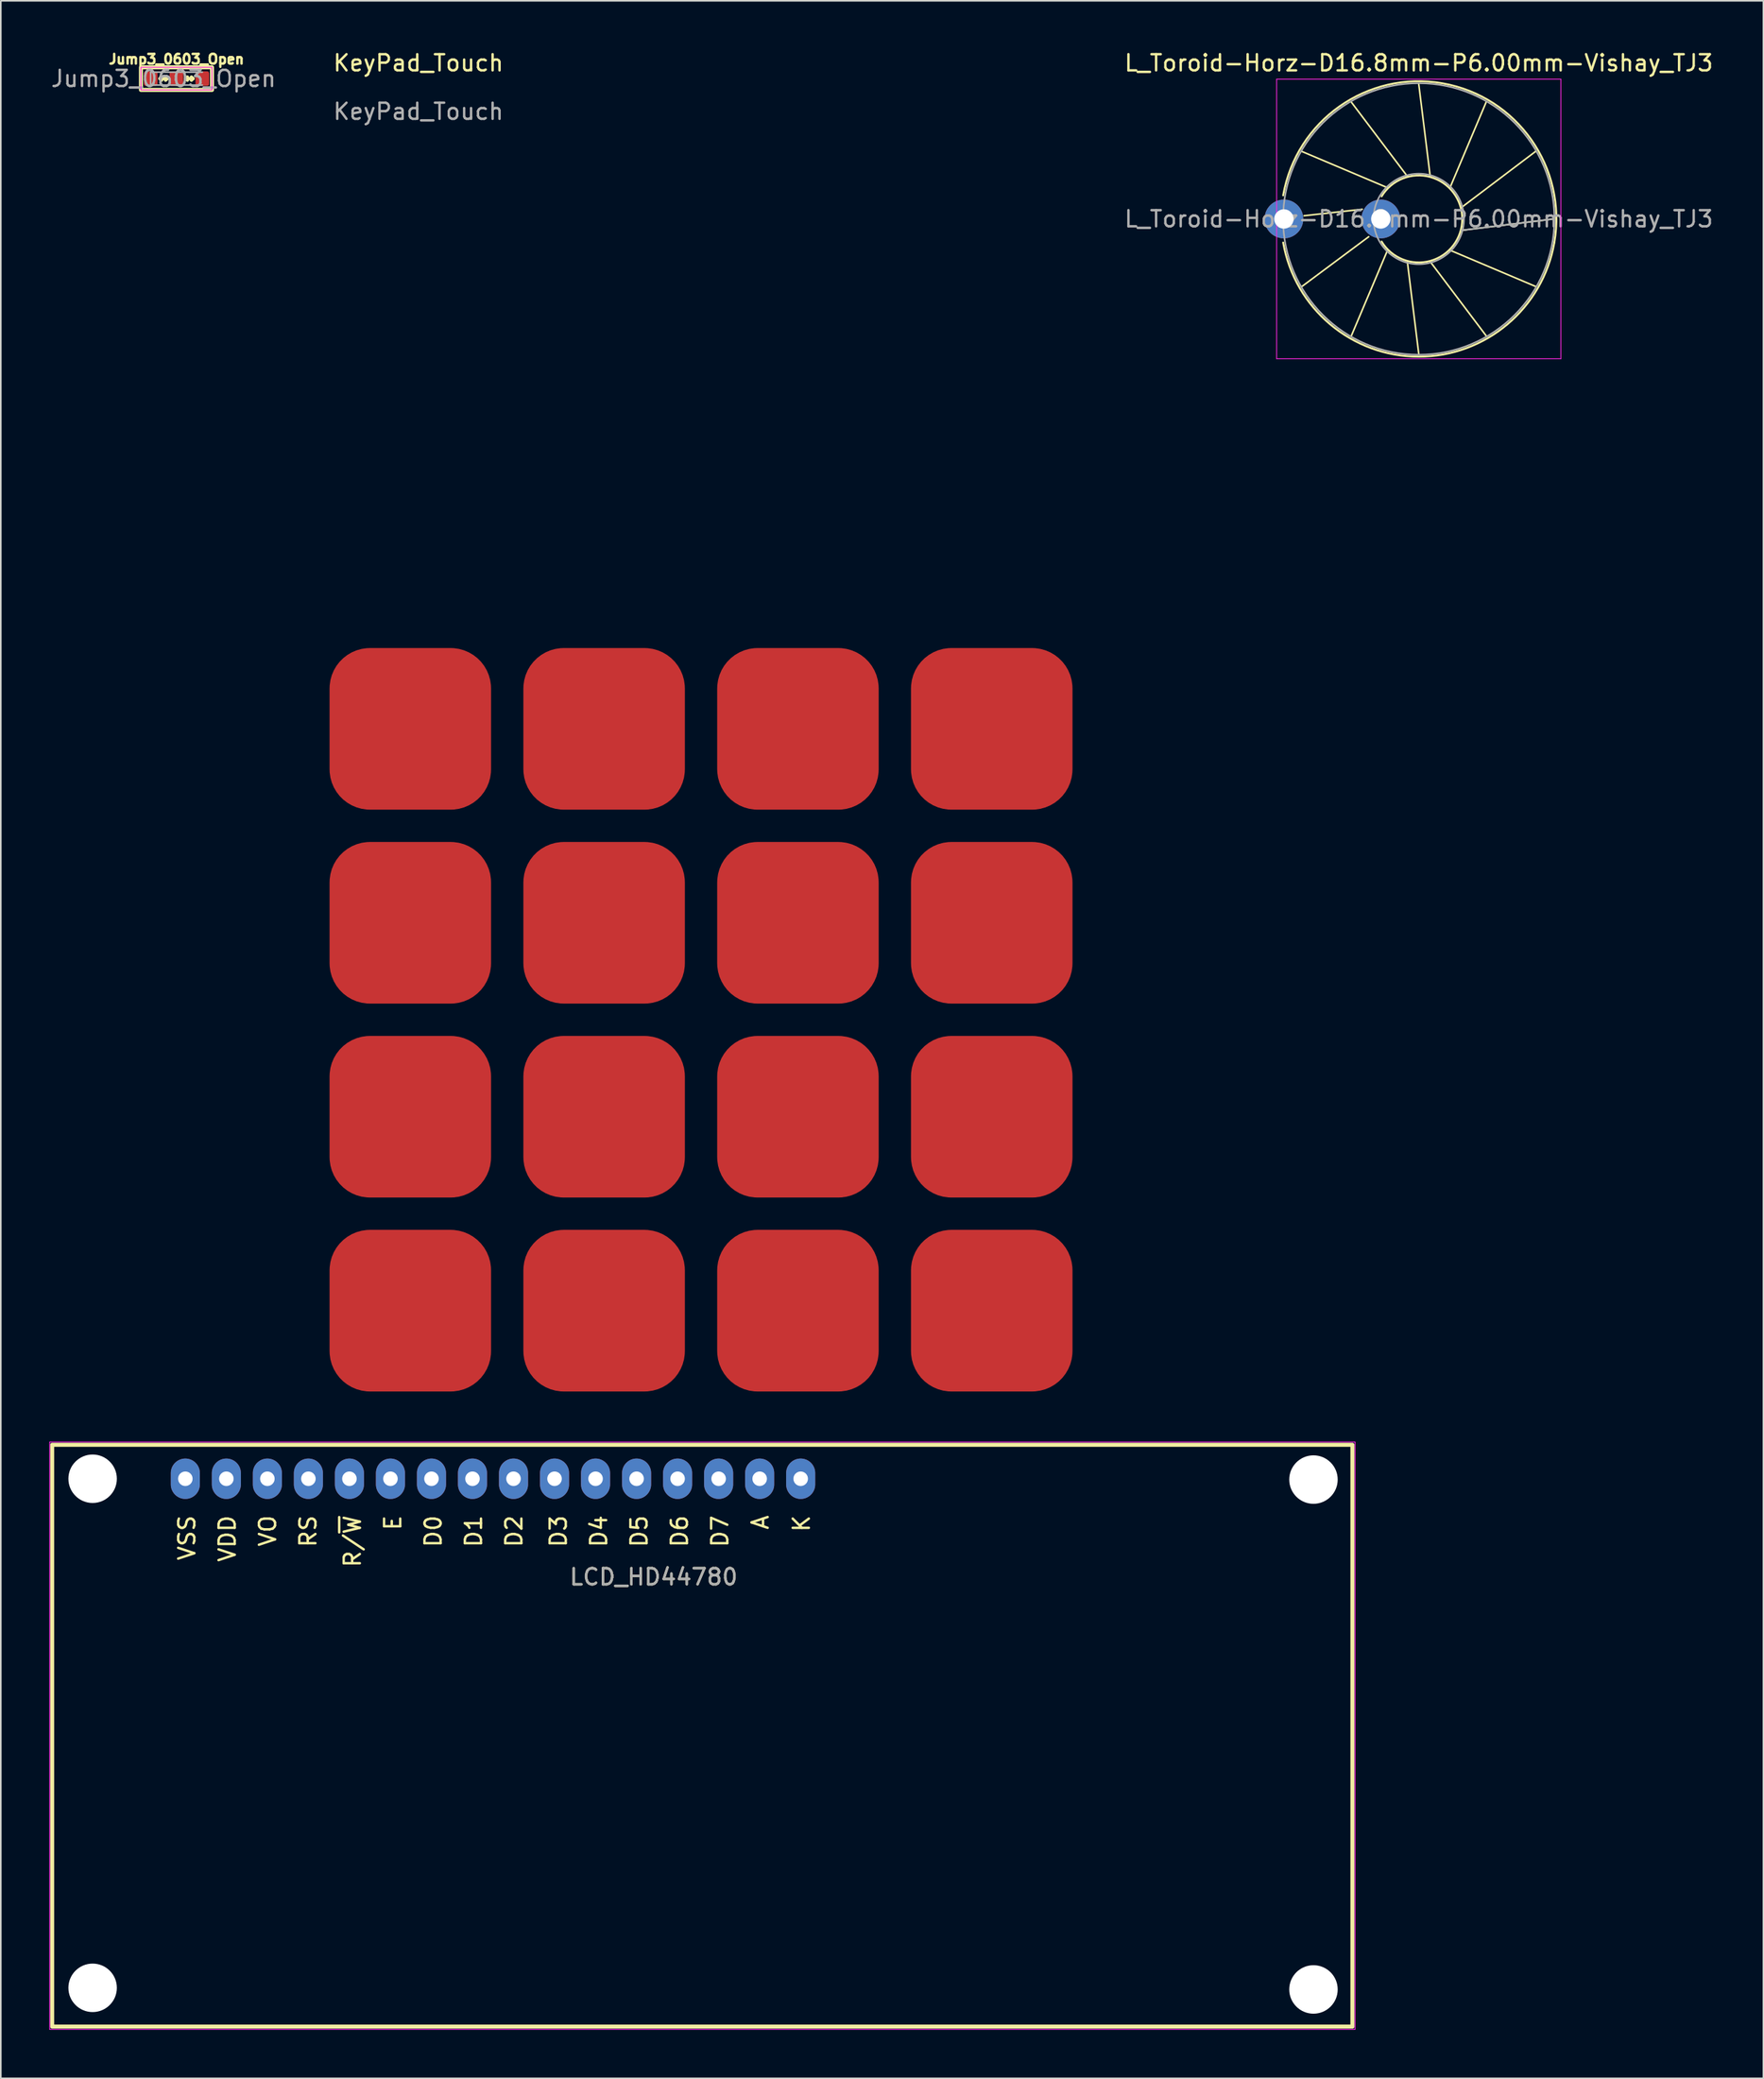
<source format=kicad_pcb>
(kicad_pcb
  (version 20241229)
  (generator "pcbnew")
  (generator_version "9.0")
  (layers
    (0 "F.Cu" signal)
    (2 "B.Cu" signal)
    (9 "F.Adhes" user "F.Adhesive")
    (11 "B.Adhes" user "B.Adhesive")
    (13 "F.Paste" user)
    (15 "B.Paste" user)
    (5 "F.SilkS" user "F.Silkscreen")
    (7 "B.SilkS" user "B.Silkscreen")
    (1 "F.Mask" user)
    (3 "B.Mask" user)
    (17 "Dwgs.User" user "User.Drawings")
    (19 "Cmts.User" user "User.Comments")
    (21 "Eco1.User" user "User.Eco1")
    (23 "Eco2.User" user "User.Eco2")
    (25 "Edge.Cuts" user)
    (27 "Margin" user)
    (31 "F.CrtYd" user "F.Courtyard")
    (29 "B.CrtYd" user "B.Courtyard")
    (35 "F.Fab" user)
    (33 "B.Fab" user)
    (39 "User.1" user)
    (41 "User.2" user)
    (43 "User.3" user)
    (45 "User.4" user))
  (footprint "LCD_HD44780"
    (layer "F.Cu")
    (at 8.425 88.448)
    (property "Reference" "LCD_HD44780" (at 29 6.076 0) (unlocked yes) (layer "F.SilkS") (effects (font (size 1 1) (thickness 0.15))))
    (attr through_hole)
    (fp_rect (start -8.246 -2.1) (end 72.262 33.9) (stroke (width 0.25) (type solid)) (fill no) (layer "F.SilkS"))
    (fp_rect (start -8.4 -2.275) (end 72.425 34.075) (stroke (width 0.05) (type solid)) (fill no) (layer "F.CrtYd"))
    (fp_text user "VSS" (at 0.1 3.655 90) (unlocked yes) (layer "F.SilkS") (effects (font (size 1 1) (thickness 0.15))))
    (fp_text user "E" (at 12.85 2.726 90) (unlocked yes) (layer "F.SilkS") (effects (font (size 1 1) (thickness 0.15))))
    (fp_text user "VO" (at 5.1 3.226 90) (unlocked yes) (layer "F.SilkS") (effects (font (size 1 1) (thickness 0.15))))
    (fp_text user "R/~{W}" (at 10.35 3.869 90) (unlocked yes) (layer "F.SilkS") (effects (font (size 1 1) (thickness 0.15))))
    (fp_text user "D6" (at 30.6 3.25 90) (unlocked yes) (layer "F.SilkS") (effects (font (size 1 1) (thickness 0.15))))
    (fp_text user "RS" (at 7.6 3.25 90) (unlocked yes) (layer "F.SilkS") (effects (font (size 1 1) (thickness 0.15))))
    (fp_text user "A" (at 35.6 2.702 90) (unlocked yes) (layer "F.SilkS") (effects (font (size 1 1) (thickness 0.15))))
    (fp_text user "D1" (at 17.85 3.25 90) (unlocked yes) (layer "F.SilkS") (effects (font (size 1 1) (thickness 0.15))))
    (fp_text user "VDD" (at 2.6 3.702 90) (unlocked yes) (layer "F.SilkS") (effects (font (size 1 1) (thickness 0.15))))
    (fp_text user "D2" (at 20.35 3.25 90) (unlocked yes) (layer "F.SilkS") (effects (font (size 1 1) (thickness 0.15))))
    (fp_text user "K" (at 38.15 2.774 90) (unlocked yes) (layer "F.SilkS") (effects (font (size 1 1) (thickness 0.15))))
    (fp_text user "D5" (at 28.1 3.25 90) (unlocked yes) (layer "F.SilkS") (effects (font (size 1 1) (thickness 0.15))))
    (fp_text user "D4" (at 25.6 3.25 90) (unlocked yes) (layer "F.SilkS") (effects (font (size 1 1) (thickness 0.15))))
    (fp_text user "D0" (at 15.35 3.25 90) (unlocked yes) (layer "F.SilkS") (effects (font (size 1 1) (thickness 0.15))))
    (fp_text user "D3" (at 23.1 3.25 90) (unlocked yes) (layer "F.SilkS") (effects (font (size 1 1) (thickness 0.15))))
    (fp_text user "D7" (at 33.1 3.25 90) (unlocked yes) (layer "F.SilkS") (effects (font (size 1 1) (thickness 0.15))))
    (fp_text user "${REFERENCE}" (at 29 6.076 0) (unlocked yes) (layer "F.Fab") (effects (font (size 1 1) (thickness 0.15))))
    (pad "" np_thru_hole circle (at -5.74 0) (size 3 3) (drill 3) (layers "*.Cu" "*.Mask"))
    (pad "" np_thru_hole circle (at -5.74 31.5) (size 3 3) (drill 3) (layers "*.Cu" "*.Mask"))
    (pad "" np_thru_hole circle (at 69.85 0.051) (size 3 3) (drill 3) (layers "*.Cu" "*.Mask"))
    (pad "" np_thru_hole circle (at 69.85 31.6) (size 3 3) (drill 3) (layers "*.Cu" "*.Mask"))
    (pad "1" thru_hole oval (at 0 0) (size 1.8 2.5) (drill 0.9) (layers "*.Cu" "*.Mask"))
    (pad "2" thru_hole oval (at 2.54 0) (size 1.8 2.5) (drill 0.9) (layers "*.Cu" "*.Mask"))
    (pad "3" thru_hole oval (at 5.08 0) (size 1.8 2.5) (drill 0.9) (layers "*.Cu" "*.Mask"))
    (pad "4" thru_hole oval (at 7.62 0) (size 1.8 2.5) (drill 0.9) (layers "*.Cu" "*.Mask"))
    (pad "5" thru_hole oval (at 10.16 0) (size 1.8 2.5) (drill 0.9) (layers "*.Cu" "*.Mask"))
    (pad "6" thru_hole oval (at 12.7 0) (size 1.8 2.5) (drill 0.9) (layers "*.Cu" "*.Mask"))
    (pad "7" thru_hole oval (at 15.24 0) (size 1.8 2.5) (drill 0.9) (layers "*.Cu" "*.Mask"))
    (pad "8" thru_hole oval (at 17.78 0) (size 1.8 2.5) (drill 0.9) (layers "*.Cu" "*.Mask"))
    (pad "9" thru_hole oval (at 20.32 0) (size 1.8 2.5) (drill 0.9) (layers "*.Cu" "*.Mask"))
    (pad "10" thru_hole oval (at 22.86 0) (size 1.8 2.5) (drill 0.9) (layers "*.Cu" "*.Mask"))
    (pad "11" thru_hole oval (at 25.4 0) (size 1.8 2.5) (drill 0.9) (layers "*.Cu" "*.Mask"))
    (pad "12" thru_hole oval (at 27.94 0) (size 1.8 2.5) (drill 0.9) (layers "*.Cu" "*.Mask"))
    (pad "13" thru_hole oval (at 30.48 0) (size 1.8 2.5) (drill 0.9) (layers "*.Cu" "*.Mask"))
    (pad "14" thru_hole oval (at 33.02 0) (size 1.8 2.5) (drill 0.9) (layers "*.Cu" "*.Mask"))
    (pad "15" thru_hole oval (at 35.56 0) (size 1.8 2.5) (drill 0.9) (layers "*.Cu" "*.Mask"))
    (pad "16" thru_hole oval (at 38.1 0) (size 1.8 2.5) (drill 0.9) (layers "*.Cu" "*.Mask")))
  (footprint "L_Toroid-Horz-D16.8mm-P6.00mm-Vishay_TJ3"
    (layer "F.Cu")
    (at 84.794 10.498)
    (property "Reference" "L_Toroid-Horz-D16.8mm-P6.00mm-Vishay_TJ3" (at 0 -9.65 0) (layer "F.SilkS") (effects (font (size 1 1) (thickness 0.15))))
    (attr through_hole)
    (fp_line (start -7.231 -4.174) (end -1.933 -1.933) (stroke (width 0.1) (type solid)) (layer "F.SilkS"))
    (fp_line (start -7.231 4.175) (end -3.1 1.1) (stroke (width 0.1) (type solid)) (layer "F.SilkS"))
    (fp_line (start -7.1 -0.2) (end -3.5 -0.6) (stroke (width 0.1) (type solid)) (layer "F.SilkS"))
    (fp_line (start -4.176 -7.23) (end -0.708 -2.64) (stroke (width 0.1) (type solid)) (layer "F.SilkS"))
    (fp_line (start -4.174 7.231) (end -1.933 1.933) (stroke (width 0.1) (type solid)) (layer "F.SilkS"))
    (fp_line (start -0.001 -8.35) (end 0.707 -2.641) (stroke (width 0.1) (type solid)) (layer "F.SilkS"))
    (fp_line (start 0.000387 8.35) (end -0.707 2.64) (stroke (width 0.1) (type solid)) (layer "F.SilkS"))
    (fp_line (start 4.174 -7.232) (end 1.933 -1.933) (stroke (width 0.1) (type solid)) (layer "F.SilkS"))
    (fp_line (start 4.175 7.231) (end 0.708 2.64) (stroke (width 0.1) (type solid)) (layer "F.SilkS"))
    (fp_line (start 7.23 -4.176) (end 2.64 -0.708) (stroke (width 0.1) (type solid)) (layer "F.SilkS"))
    (fp_line (start 7.231 4.175) (end 1.933 1.933) (stroke (width 0.1) (type solid)) (layer "F.SilkS"))
    (fp_line (start 8.35 0) (end 2.64 0.707) (stroke (width 0.1) (type solid)) (layer "F.SilkS"))
    (fp_arc (start -8.393974 -1.46) (mid 1.46 -8.393974) (end 8.393974 1.46) (stroke (width 0.12) (type solid)) (layer "F.SilkS"))
    (fp_arc (start -2.3 -1.4) (mid 2.692582 0) (end -2.3 1.4) (stroke (width 0.12) (type solid)) (layer "F.SilkS"))
    (fp_arc (start 8.393974 1.46) (mid 0 8.52) (end -8.393974 1.46) (stroke (width 0.12) (type solid)) (layer "F.SilkS"))
    (fp_line (start -8.8 -8.65) (end -8.8 8.65) (stroke (width 0.05) (type solid)) (layer "F.CrtYd"))
    (fp_line (start -8.8 8.65) (end 8.8 8.65) (stroke (width 0.05) (type solid)) (layer "F.CrtYd"))
    (fp_line (start 8.8 -8.65) (end -8.8 -8.65) (stroke (width 0.05) (type solid)) (layer "F.CrtYd"))
    (fp_line (start 8.8 8.65) (end 8.8 -8.65) (stroke (width 0.05) (type solid)) (layer "F.CrtYd"))
    (fp_line (start 8.35 -0.002) (end 2.641 0.707) (stroke (width 0.1) (type solid)) (layer "F.Fab"))
    (fp_circle (center 0 0) (end 2.8 0) (stroke (width 0.1) (type solid)) (fill no) (layer "F.Fab"))
    (fp_circle (center 0 0) (end 8.4 0) (stroke (width 0.1) (type solid)) (fill no) (layer "F.Fab"))
    (fp_text user "${REFERENCE}" (at 0 0 0) (layer "F.Fab") (effects (font (size 1 1) (thickness 0.15))))
    (pad "1" thru_hole circle (at -8.35 0) (size 2.4 2.4) (drill 1.2) (layers "*.Cu" "*.Mask"))
    (pad "2" thru_hole circle (at -2.35 0) (size 2.4 2.4) (drill 1.2) (layers "*.Cu" "*.Mask")))
  (footprint "Jump3_0603_Open"
    (layer "F.Cu")
    (at 7.877 1.814)
    (property "Reference" "Jump3_0603_Open" (at 0 -1.2 0) (unlocked yes) (layer "F.SilkS") (effects (font (size 0.6 0.6) (thickness 0.15) (bold yes))))
    (attr smd)
    (fp_line (start -1.025 0) (end -0.925 -0.1) (stroke (width 0.2) (type default)) (layer "F.SilkS"))
    (fp_line (start -1.025 0) (end -0.925 0.1) (stroke (width 0.2) (type default)) (layer "F.SilkS"))
    (fp_line (start -1.025 0) (end -0.575 0) (stroke (width 0.2) (type default)) (layer "F.SilkS"))
    (fp_line (start -0.575 0) (end -0.675 -0.1) (stroke (width 0.2) (type default)) (layer "F.SilkS"))
    (fp_line (start -0.575 0) (end -0.675 0.1) (stroke (width 0.2) (type default)) (layer "F.SilkS"))
    (fp_line (start 0.575 0) (end 0.675 -0.1) (stroke (width 0.2) (type default)) (layer "F.SilkS"))
    (fp_line (start 0.575 0) (end 0.675 0.1) (stroke (width 0.2) (type default)) (layer "F.SilkS"))
    (fp_line (start 0.575 0) (end 1.025 0) (stroke (width 0.2) (type default)) (layer "F.SilkS"))
    (fp_line (start 1.025 0) (end 0.925 -0.1) (stroke (width 0.2) (type default)) (layer "F.SilkS"))
    (fp_line (start 1.025 0) (end 0.925 0.1) (stroke (width 0.2) (type default)) (layer "F.SilkS"))
    (fp_rect (start -2.2 -0.7) (end 2.2 0.7) (stroke (width 0.25) (type default)) (fill no) (layer "F.SilkS"))
    (fp_rect (start -2.2 -0.7) (end 2.2 0.7) (stroke (width 0.05) (type default)) (fill no) (layer "F.CrtYd"))
    (fp_line (start -1.6 -0.4) (end 0 -0.4) (stroke (width 0.1) (type solid)) (layer "F.Fab"))
    (fp_line (start -1.6 0.4) (end -1.6 -0.4) (stroke (width 0.1) (type solid)) (layer "F.Fab"))
    (fp_line (start 0 -0.4) (end 0 0.4) (stroke (width 0.1) (type solid)) (layer "F.Fab"))
    (fp_line (start 0 0.4) (end -1.6 0.4) (stroke (width 0.1) (type solid)) (layer "F.Fab"))
    (fp_line (start 0 0.4) (end 1.6 0.4) (stroke (width 0.1) (type solid)) (layer "F.Fab"))
    (fp_line (start 1.6 -0.4) (end 0 -0.4) (stroke (width 0.1) (type solid)) (layer "F.Fab"))
    (fp_text user "${REFERENCE}" (at -0.8 0 0) (unlocked yes) (layer "F.Fab") (effects (font (size 1 1) (thickness 0.15))))
    (pad "1" smd roundrect (at -1.6 0) (size 0.85 0.9) (layers "F.Cu" "F.Mask" "F.Paste") (roundrect_rratio 0.15))
    (pad "2" smd roundrect (at 0 0) (size 0.85 0.9) (layers "F.Cu" "F.Mask" "F.Paste") (roundrect_rratio 0.15))
    (pad "3" smd roundrect (at 1.6 0) (size 0.85 0.9) (layers "F.Cu" "F.Mask" "F.Paste") (roundrect_rratio 0.15)))
  (footprint "KeyPad_Touch"
    (layer "F.Cu")
    (at 22.355 42.048)
    (property "Reference" "KeyPad_Touch" (at 0.5 -41.2 0) (unlocked yes) (layer "F.SilkS") (effects (font (size 1 1) (thickness 0.15))))
    (attr smd)
    (fp_text user "${REFERENCE}" (at 0.5 -38.2 0) (unlocked yes) (layer "F.Fab") (effects (font (size 1 1) (thickness 0.15))))
    (pad "1" smd roundrect (at 0 0) (size 10 10) (layers "F.Cu") (roundrect_rratio 0.25))
    (pad "2" smd roundrect (at 12 0) (size 10 10) (layers "F.Cu" "F.Mask" "F.Paste") (roundrect_rratio 0.25))
    (pad "3" smd roundrect (at 24 0) (size 10 10) (layers "F.Cu" "F.Mask" "F.Paste") (roundrect_rratio 0.25))
    (pad "4" smd roundrect (at 36 0) (size 10 10) (layers "F.Cu" "F.Mask" "F.Paste") (roundrect_rratio 0.25))
    (pad "5" smd roundrect (at 0 12) (size 10 10) (layers "F.Cu" "F.Mask" "F.Paste") (roundrect_rratio 0.25))
    (pad "6" smd roundrect (at 12 12) (size 10 10) (layers "F.Cu" "F.Mask" "F.Paste") (roundrect_rratio 0.25))
    (pad "7" smd roundrect (at 24 12) (size 10 10) (layers "F.Cu" "F.Mask" "F.Paste") (roundrect_rratio 0.25))
    (pad "8" smd roundrect (at 36 12) (size 10 10) (layers "F.Cu" "F.Mask" "F.Paste") (roundrect_rratio 0.25))
    (pad "9" smd roundrect (at 0 24) (size 10 10) (layers "F.Cu" "F.Mask" "F.Paste") (roundrect_rratio 0.25))
    (pad "10" smd roundrect (at 12 24) (size 10 10) (layers "F.Cu" "F.Mask" "F.Paste") (roundrect_rratio 0.25))
    (pad "11" smd roundrect (at 24 24) (size 10 10) (layers "F.Cu" "F.Mask" "F.Paste") (roundrect_rratio 0.25))
    (pad "12" smd roundrect (at 36 24) (size 10 10) (layers "F.Cu" "F.Mask" "F.Paste") (roundrect_rratio 0.25))
    (pad "13" smd roundrect (at 0 36) (size 10 10) (layers "F.Cu" "F.Mask" "F.Paste") (roundrect_rratio 0.25))
    (pad "14" smd roundrect (at 12 36) (size 10 10) (layers "F.Cu" "F.Mask" "F.Paste") (roundrect_rratio 0.25))
    (pad "15" smd roundrect (at 24 36) (size 10 10) (layers "F.Cu" "F.Mask" "F.Paste") (roundrect_rratio 0.25))
    (pad "16" smd roundrect (at 36 36) (size 10 10) (layers "F.Cu" "F.Mask" "F.Paste") (roundrect_rratio 0.25))
    (zone (net_name "") (layer "F.Cu") (hatch edge 0.508) (connect_pads) (min_thickness 0.254) (filled_areas_thickness no) (keepout (tracks not_allowed) (vias not_allowed) (pads not_allowed) (copperpour not_allowed) (footprints allowed)) (placement (enabled no)) (fill) (polygon (pts (xy 63.455 83.148) (xy 17.155 83.148) (xy 17.155 36.848) (xy 63.455 36.848)))))
  (gr_rect
    (start -3 -3)
    (end 106.133 125.548)
    (stroke (width 0.1) (type default))
    (fill no)
    (layer "Edge.Cuts")))
</source>
